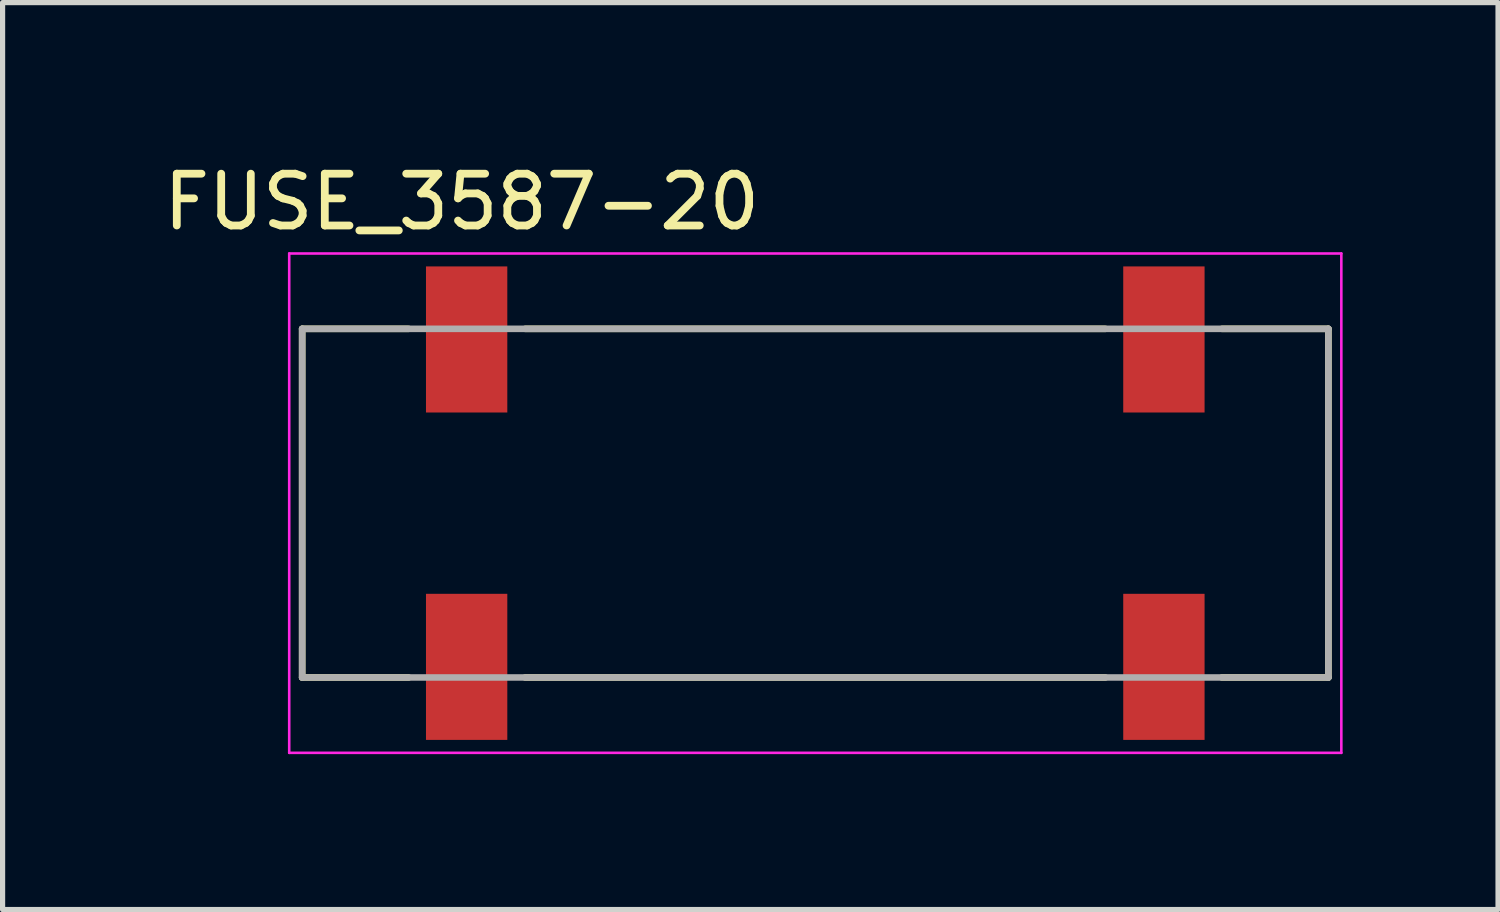
<source format=kicad_pcb>
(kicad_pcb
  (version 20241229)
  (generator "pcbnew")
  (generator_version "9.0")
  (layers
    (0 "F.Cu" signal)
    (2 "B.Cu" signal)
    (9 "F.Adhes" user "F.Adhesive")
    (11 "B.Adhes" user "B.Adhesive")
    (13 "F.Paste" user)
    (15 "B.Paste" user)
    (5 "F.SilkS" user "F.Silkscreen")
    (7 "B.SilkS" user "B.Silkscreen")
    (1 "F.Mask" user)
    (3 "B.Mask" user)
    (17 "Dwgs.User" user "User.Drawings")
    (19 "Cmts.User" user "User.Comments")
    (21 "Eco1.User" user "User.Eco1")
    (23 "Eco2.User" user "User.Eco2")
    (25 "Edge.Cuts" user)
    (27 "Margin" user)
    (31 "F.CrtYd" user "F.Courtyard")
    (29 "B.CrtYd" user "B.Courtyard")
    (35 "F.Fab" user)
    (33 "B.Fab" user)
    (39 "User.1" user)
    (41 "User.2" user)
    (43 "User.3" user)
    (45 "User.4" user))
  (footprint "FUSE_3587-20"
    (layer "F.Cu")
    (at 12.688 6.663)
    (property "Reference" "FUSE_3587-20" (at -6.825 -5.815 0) (layer "F.SilkS") (effects (font (size 1 1) (thickness 0.15))))
    (attr smd)
    (fp_line (start -9.905 -3.365) (end -9.905 3.365) (stroke (width 0.127) (type solid)) (layer "F.SilkS"))
    (fp_line (start -7.85 -3.365) (end -9.905 -3.365) (stroke (width 0.127) (type solid)) (layer "F.SilkS"))
    (fp_line (start -7.85 3.365) (end -9.905 3.365) (stroke (width 0.127) (type solid)) (layer "F.SilkS"))
    (fp_line (start -5.6 -3.365) (end 5.6 -3.365) (stroke (width 0.127) (type solid)) (layer "F.SilkS"))
    (fp_line (start 5.6 3.365) (end -5.6 3.365) (stroke (width 0.127) (type solid)) (layer "F.SilkS"))
    (fp_line (start 7.85 -3.365) (end 9.905 -3.365) (stroke (width 0.127) (type solid)) (layer "F.SilkS"))
    (fp_line (start 7.85 3.365) (end 9.905 3.365) (stroke (width 0.127) (type solid)) (layer "F.SilkS"))
    (fp_line (start 9.905 -3.365) (end 9.905 3.365) (stroke (width 0.127) (type solid)) (layer "F.SilkS"))
    (fp_line (start -10.155 -4.82) (end 10.155 -4.82) (stroke (width 0.05) (type solid)) (layer "F.CrtYd"))
    (fp_line (start -10.155 4.82) (end -10.155 -4.82) (stroke (width 0.05) (type solid)) (layer "F.CrtYd"))
    (fp_line (start 10.155 -4.82) (end 10.155 4.82) (stroke (width 0.05) (type solid)) (layer "F.CrtYd"))
    (fp_line (start 10.155 4.82) (end -10.155 4.82) (stroke (width 0.05) (type solid)) (layer "F.CrtYd"))
    (fp_line (start -9.905 -3.365) (end 9.905 -3.365) (stroke (width 0.127) (type solid)) (layer "F.Fab"))
    (fp_line (start -9.905 3.365) (end -9.905 -3.365) (stroke (width 0.127) (type solid)) (layer "F.Fab"))
    (fp_line (start 9.905 -3.365) (end 9.905 3.365) (stroke (width 0.127) (type solid)) (layer "F.Fab"))
    (fp_line (start 9.905 3.365) (end -9.905 3.365) (stroke (width 0.127) (type solid)) (layer "F.Fab"))
    (pad "1" smd rect (at -6.73 -3.16) (size 1.57 2.82) (layers "F.Cu" "F.Mask" "F.Paste"))
    (pad "1" smd rect (at -6.73 3.16) (size 1.57 2.82) (layers "F.Cu" "F.Mask" "F.Paste"))
    (pad "2" smd rect (at 6.73 -3.16) (size 1.57 2.82) (layers "F.Cu" "F.Mask" "F.Paste"))
    (pad "2" smd rect (at 6.73 3.16) (size 1.57 2.82) (layers "F.Cu" "F.Mask" "F.Paste")))
  (gr_rect
    (start -3 -3)
    (end 25.868 14.508)
    (stroke (width 0.1) (type default))
    (fill no)
    (layer "Edge.Cuts")))
</source>
